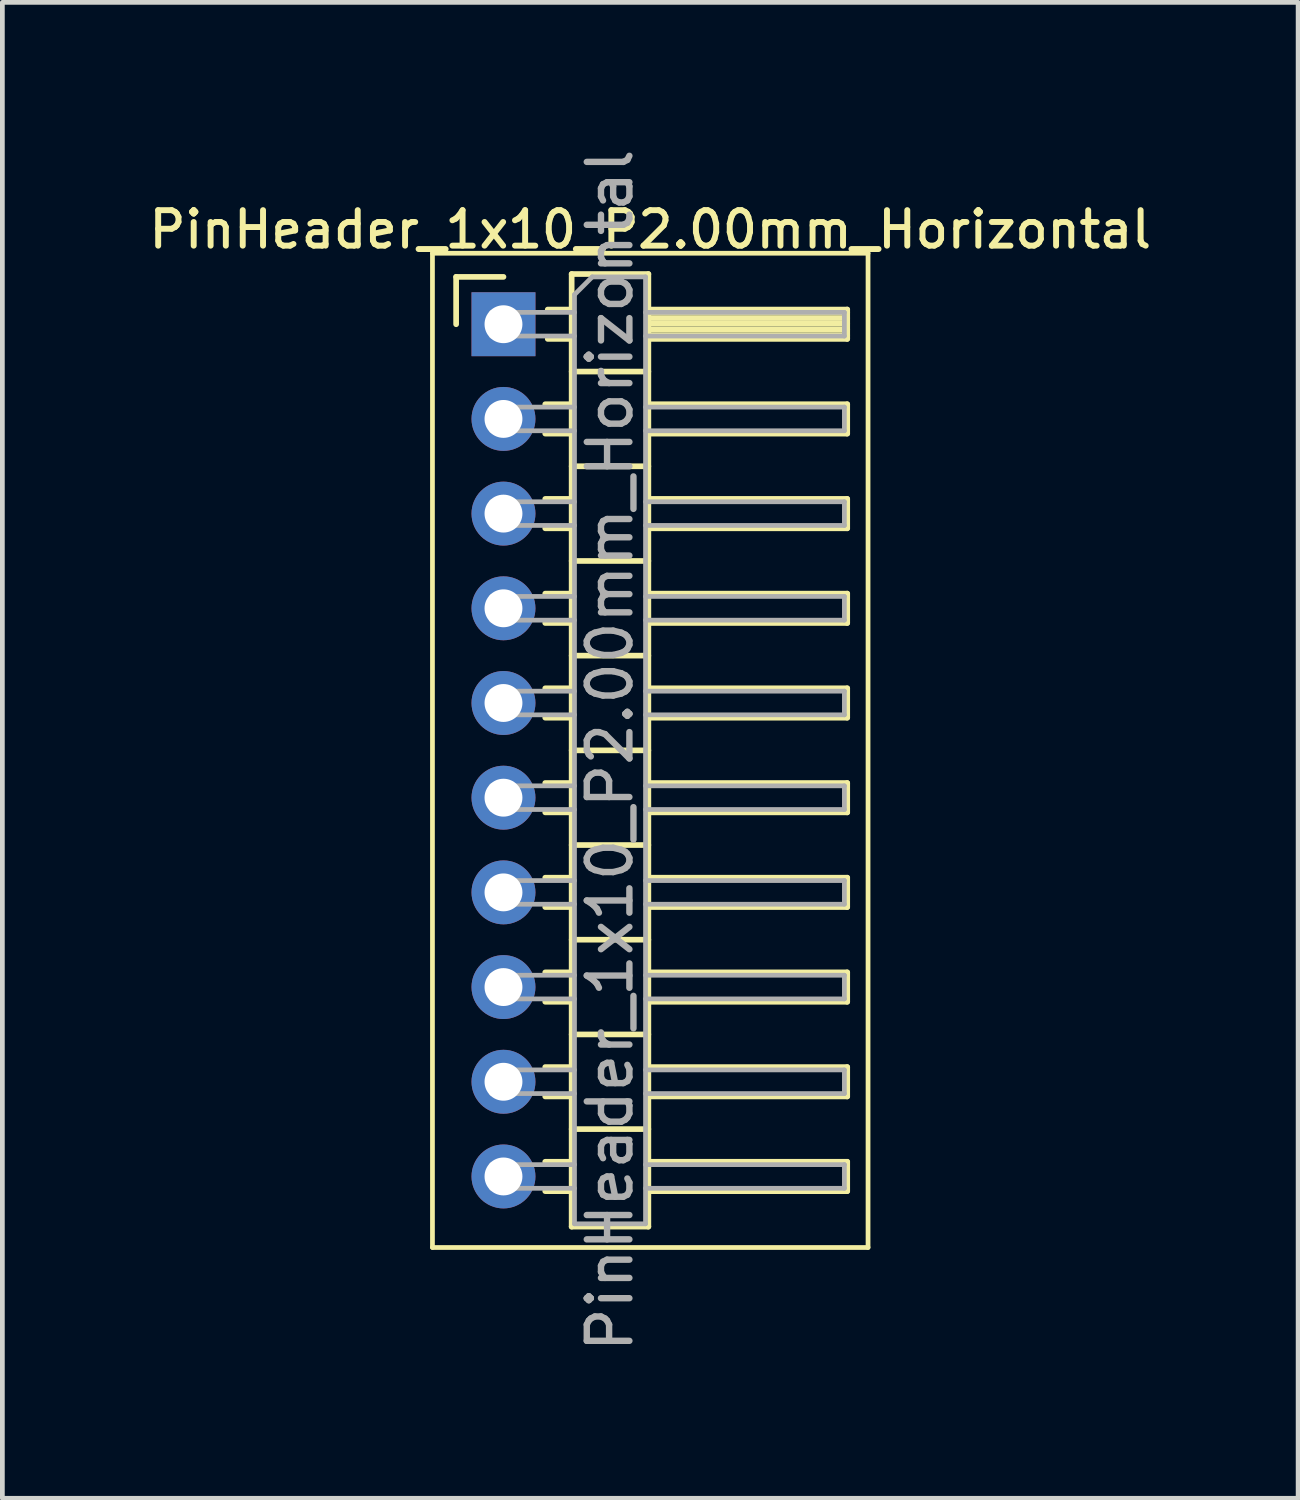
<source format=kicad_pcb>
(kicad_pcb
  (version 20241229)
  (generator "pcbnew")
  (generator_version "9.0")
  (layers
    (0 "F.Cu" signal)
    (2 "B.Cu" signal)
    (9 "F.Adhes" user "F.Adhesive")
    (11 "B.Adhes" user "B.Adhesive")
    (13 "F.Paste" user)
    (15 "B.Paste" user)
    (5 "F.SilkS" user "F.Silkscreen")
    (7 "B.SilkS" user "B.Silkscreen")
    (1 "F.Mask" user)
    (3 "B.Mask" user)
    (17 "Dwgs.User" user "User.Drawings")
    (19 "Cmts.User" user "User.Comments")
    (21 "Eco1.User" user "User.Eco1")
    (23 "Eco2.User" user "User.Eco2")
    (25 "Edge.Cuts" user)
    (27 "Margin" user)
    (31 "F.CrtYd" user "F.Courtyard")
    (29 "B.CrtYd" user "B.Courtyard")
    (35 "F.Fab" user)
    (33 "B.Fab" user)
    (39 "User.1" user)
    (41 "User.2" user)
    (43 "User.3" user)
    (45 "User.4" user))
  (footprint "PinHeader_1x10_P2.00mm_Horizontal"
    (layer "F.Cu")
    (at 7.584 3.798)
    (property "Reference" "PinHeader_1x10_P2.00mm_Horizontal" (at 3.1 -2 0) (layer "F.SilkS") (effects (font (size 0.75 0.75) (thickness 0.125))))
    (attr through_hole)
    (fp_line (start -1.5 -1.5) (end -1.5 19.5) (stroke (width 0.1) (type solid)) (layer "F.SilkS"))
    (fp_line (start -1.5 19.5) (end 7.7 19.5) (stroke (width 0.1) (type solid)) (layer "F.SilkS"))
    (fp_line (start -1 -1) (end 0 -1) (stroke (width 0.12) (type solid)) (layer "F.SilkS"))
    (fp_line (start -1 0) (end -1 -1) (stroke (width 0.12) (type solid)) (layer "F.SilkS"))
    (fp_line (start 0.882 1.69) (end 1.44 1.69) (stroke (width 0.12) (type solid)) (layer "F.SilkS"))
    (fp_line (start 0.882 2.31) (end 1.44 2.31) (stroke (width 0.12) (type solid)) (layer "F.SilkS"))
    (fp_line (start 0.882 3.69) (end 1.44 3.69) (stroke (width 0.12) (type solid)) (layer "F.SilkS"))
    (fp_line (start 0.882 4.31) (end 1.44 4.31) (stroke (width 0.12) (type solid)) (layer "F.SilkS"))
    (fp_line (start 0.882 5.69) (end 1.44 5.69) (stroke (width 0.12) (type solid)) (layer "F.SilkS"))
    (fp_line (start 0.882 6.31) (end 1.44 6.31) (stroke (width 0.12) (type solid)) (layer "F.SilkS"))
    (fp_line (start 0.882 7.69) (end 1.44 7.69) (stroke (width 0.12) (type solid)) (layer "F.SilkS"))
    (fp_line (start 0.882 8.31) (end 1.44 8.31) (stroke (width 0.12) (type solid)) (layer "F.SilkS"))
    (fp_line (start 0.882 9.69) (end 1.44 9.69) (stroke (width 0.12) (type solid)) (layer "F.SilkS"))
    (fp_line (start 0.882 10.31) (end 1.44 10.31) (stroke (width 0.12) (type solid)) (layer "F.SilkS"))
    (fp_line (start 0.882 11.69) (end 1.44 11.69) (stroke (width 0.12) (type solid)) (layer "F.SilkS"))
    (fp_line (start 0.882 12.31) (end 1.44 12.31) (stroke (width 0.12) (type solid)) (layer "F.SilkS"))
    (fp_line (start 0.882 13.69) (end 1.44 13.69) (stroke (width 0.12) (type solid)) (layer "F.SilkS"))
    (fp_line (start 0.882 14.31) (end 1.44 14.31) (stroke (width 0.12) (type solid)) (layer "F.SilkS"))
    (fp_line (start 0.882 15.69) (end 1.44 15.69) (stroke (width 0.12) (type solid)) (layer "F.SilkS"))
    (fp_line (start 0.882 16.31) (end 1.44 16.31) (stroke (width 0.12) (type solid)) (layer "F.SilkS"))
    (fp_line (start 0.882 17.69) (end 1.44 17.69) (stroke (width 0.12) (type solid)) (layer "F.SilkS"))
    (fp_line (start 0.882 18.31) (end 1.44 18.31) (stroke (width 0.12) (type solid)) (layer "F.SilkS"))
    (fp_line (start 0.935 -0.31) (end 1.44 -0.31) (stroke (width 0.12) (type solid)) (layer "F.SilkS"))
    (fp_line (start 0.935 0.31) (end 1.44 0.31) (stroke (width 0.12) (type solid)) (layer "F.SilkS"))
    (fp_line (start 1.44 -1.06) (end 1.44 19.06) (stroke (width 0.12) (type solid)) (layer "F.SilkS"))
    (fp_line (start 1.44 1) (end 3.06 1) (stroke (width 0.12) (type solid)) (layer "F.SilkS"))
    (fp_line (start 1.44 3) (end 3.06 3) (stroke (width 0.12) (type solid)) (layer "F.SilkS"))
    (fp_line (start 1.44 5) (end 3.06 5) (stroke (width 0.12) (type solid)) (layer "F.SilkS"))
    (fp_line (start 1.44 7) (end 3.06 7) (stroke (width 0.12) (type solid)) (layer "F.SilkS"))
    (fp_line (start 1.44 9) (end 3.06 9) (stroke (width 0.12) (type solid)) (layer "F.SilkS"))
    (fp_line (start 1.44 11) (end 3.06 11) (stroke (width 0.12) (type solid)) (layer "F.SilkS"))
    (fp_line (start 1.44 13) (end 3.06 13) (stroke (width 0.12) (type solid)) (layer "F.SilkS"))
    (fp_line (start 1.44 15) (end 3.06 15) (stroke (width 0.12) (type solid)) (layer "F.SilkS"))
    (fp_line (start 1.44 17) (end 3.06 17) (stroke (width 0.12) (type solid)) (layer "F.SilkS"))
    (fp_line (start 1.44 19.06) (end 3.06 19.06) (stroke (width 0.12) (type solid)) (layer "F.SilkS"))
    (fp_line (start 3.06 -1.06) (end 1.44 -1.06) (stroke (width 0.12) (type solid)) (layer "F.SilkS"))
    (fp_line (start 3.06 -0.31) (end 7.26 -0.31) (stroke (width 0.12) (type solid)) (layer "F.SilkS"))
    (fp_line (start 3.06 -0.25) (end 7.26 -0.25) (stroke (width 0.12) (type solid)) (layer "F.SilkS"))
    (fp_line (start 3.06 -0.13) (end 7.26 -0.13) (stroke (width 0.12) (type solid)) (layer "F.SilkS"))
    (fp_line (start 3.06 -0.01) (end 7.26 -0.01) (stroke (width 0.12) (type solid)) (layer "F.SilkS"))
    (fp_line (start 3.06 0.11) (end 7.26 0.11) (stroke (width 0.12) (type solid)) (layer "F.SilkS"))
    (fp_line (start 3.06 0.23) (end 7.26 0.23) (stroke (width 0.12) (type solid)) (layer "F.SilkS"))
    (fp_line (start 3.06 1.69) (end 7.26 1.69) (stroke (width 0.12) (type solid)) (layer "F.SilkS"))
    (fp_line (start 3.06 3.69) (end 7.26 3.69) (stroke (width 0.12) (type solid)) (layer "F.SilkS"))
    (fp_line (start 3.06 5.69) (end 7.26 5.69) (stroke (width 0.12) (type solid)) (layer "F.SilkS"))
    (fp_line (start 3.06 7.69) (end 7.26 7.69) (stroke (width 0.12) (type solid)) (layer "F.SilkS"))
    (fp_line (start 3.06 9.69) (end 7.26 9.69) (stroke (width 0.12) (type solid)) (layer "F.SilkS"))
    (fp_line (start 3.06 11.69) (end 7.26 11.69) (stroke (width 0.12) (type solid)) (layer "F.SilkS"))
    (fp_line (start 3.06 13.69) (end 7.26 13.69) (stroke (width 0.12) (type solid)) (layer "F.SilkS"))
    (fp_line (start 3.06 15.69) (end 7.26 15.69) (stroke (width 0.12) (type solid)) (layer "F.SilkS"))
    (fp_line (start 3.06 17.69) (end 7.26 17.69) (stroke (width 0.12) (type solid)) (layer "F.SilkS"))
    (fp_line (start 3.06 19.06) (end 3.06 -1.06) (stroke (width 0.12) (type solid)) (layer "F.SilkS"))
    (fp_line (start 7.26 -0.31) (end 7.26 0.31) (stroke (width 0.12) (type solid)) (layer "F.SilkS"))
    (fp_line (start 7.26 0.31) (end 3.06 0.31) (stroke (width 0.12) (type solid)) (layer "F.SilkS"))
    (fp_line (start 7.26 1.69) (end 7.26 2.31) (stroke (width 0.12) (type solid)) (layer "F.SilkS"))
    (fp_line (start 7.26 2.31) (end 3.06 2.31) (stroke (width 0.12) (type solid)) (layer "F.SilkS"))
    (fp_line (start 7.26 3.69) (end 7.26 4.31) (stroke (width 0.12) (type solid)) (layer "F.SilkS"))
    (fp_line (start 7.26 4.31) (end 3.06 4.31) (stroke (width 0.12) (type solid)) (layer "F.SilkS"))
    (fp_line (start 7.26 5.69) (end 7.26 6.31) (stroke (width 0.12) (type solid)) (layer "F.SilkS"))
    (fp_line (start 7.26 6.31) (end 3.06 6.31) (stroke (width 0.12) (type solid)) (layer "F.SilkS"))
    (fp_line (start 7.26 7.69) (end 7.26 8.31) (stroke (width 0.12) (type solid)) (layer "F.SilkS"))
    (fp_line (start 7.26 8.31) (end 3.06 8.31) (stroke (width 0.12) (type solid)) (layer "F.SilkS"))
    (fp_line (start 7.26 9.69) (end 7.26 10.31) (stroke (width 0.12) (type solid)) (layer "F.SilkS"))
    (fp_line (start 7.26 10.31) (end 3.06 10.31) (stroke (width 0.12) (type solid)) (layer "F.SilkS"))
    (fp_line (start 7.26 11.69) (end 7.26 12.31) (stroke (width 0.12) (type solid)) (layer "F.SilkS"))
    (fp_line (start 7.26 12.31) (end 3.06 12.31) (stroke (width 0.12) (type solid)) (layer "F.SilkS"))
    (fp_line (start 7.26 13.69) (end 7.26 14.31) (stroke (width 0.12) (type solid)) (layer "F.SilkS"))
    (fp_line (start 7.26 14.31) (end 3.06 14.31) (stroke (width 0.12) (type solid)) (layer "F.SilkS"))
    (fp_line (start 7.26 15.69) (end 7.26 16.31) (stroke (width 0.12) (type solid)) (layer "F.SilkS"))
    (fp_line (start 7.26 16.31) (end 3.06 16.31) (stroke (width 0.12) (type solid)) (layer "F.SilkS"))
    (fp_line (start 7.26 17.69) (end 7.26 18.31) (stroke (width 0.12) (type solid)) (layer "F.SilkS"))
    (fp_line (start 7.26 18.31) (end 3.06 18.31) (stroke (width 0.12) (type solid)) (layer "F.SilkS"))
    (fp_line (start 7.7 -1.5) (end -1.5 -1.5) (stroke (width 0.1) (type solid)) (layer "F.SilkS"))
    (fp_line (start 7.7 19.5) (end 7.7 -1.5) (stroke (width 0.1) (type solid)) (layer "F.SilkS"))
    (fp_line (start -0.25 -0.25) (end -0.25 0.25) (stroke (width 0.1) (type solid)) (layer "F.Fab"))
    (fp_line (start -0.25 -0.25) (end 1.5 -0.25) (stroke (width 0.1) (type solid)) (layer "F.Fab"))
    (fp_line (start -0.25 0.25) (end 1.5 0.25) (stroke (width 0.1) (type solid)) (layer "F.Fab"))
    (fp_line (start -0.25 1.75) (end -0.25 2.25) (stroke (width 0.1) (type solid)) (layer "F.Fab"))
    (fp_line (start -0.25 1.75) (end 1.5 1.75) (stroke (width 0.1) (type solid)) (layer "F.Fab"))
    (fp_line (start -0.25 2.25) (end 1.5 2.25) (stroke (width 0.1) (type solid)) (layer "F.Fab"))
    (fp_line (start -0.25 3.75) (end -0.25 4.25) (stroke (width 0.1) (type solid)) (layer "F.Fab"))
    (fp_line (start -0.25 3.75) (end 1.5 3.75) (stroke (width 0.1) (type solid)) (layer "F.Fab"))
    (fp_line (start -0.25 4.25) (end 1.5 4.25) (stroke (width 0.1) (type solid)) (layer "F.Fab"))
    (fp_line (start -0.25 5.75) (end -0.25 6.25) (stroke (width 0.1) (type solid)) (layer "F.Fab"))
    (fp_line (start -0.25 5.75) (end 1.5 5.75) (stroke (width 0.1) (type solid)) (layer "F.Fab"))
    (fp_line (start -0.25 6.25) (end 1.5 6.25) (stroke (width 0.1) (type solid)) (layer "F.Fab"))
    (fp_line (start -0.25 7.75) (end -0.25 8.25) (stroke (width 0.1) (type solid)) (layer "F.Fab"))
    (fp_line (start -0.25 7.75) (end 1.5 7.75) (stroke (width 0.1) (type solid)) (layer "F.Fab"))
    (fp_line (start -0.25 8.25) (end 1.5 8.25) (stroke (width 0.1) (type solid)) (layer "F.Fab"))
    (fp_line (start -0.25 9.75) (end -0.25 10.25) (stroke (width 0.1) (type solid)) (layer "F.Fab"))
    (fp_line (start -0.25 9.75) (end 1.5 9.75) (stroke (width 0.1) (type solid)) (layer "F.Fab"))
    (fp_line (start -0.25 10.25) (end 1.5 10.25) (stroke (width 0.1) (type solid)) (layer "F.Fab"))
    (fp_line (start -0.25 11.75) (end -0.25 12.25) (stroke (width 0.1) (type solid)) (layer "F.Fab"))
    (fp_line (start -0.25 11.75) (end 1.5 11.75) (stroke (width 0.1) (type solid)) (layer "F.Fab"))
    (fp_line (start -0.25 12.25) (end 1.5 12.25) (stroke (width 0.1) (type solid)) (layer "F.Fab"))
    (fp_line (start -0.25 13.75) (end -0.25 14.25) (stroke (width 0.1) (type solid)) (layer "F.Fab"))
    (fp_line (start -0.25 13.75) (end 1.5 13.75) (stroke (width 0.1) (type solid)) (layer "F.Fab"))
    (fp_line (start -0.25 14.25) (end 1.5 14.25) (stroke (width 0.1) (type solid)) (layer "F.Fab"))
    (fp_line (start -0.25 15.75) (end -0.25 16.25) (stroke (width 0.1) (type solid)) (layer "F.Fab"))
    (fp_line (start -0.25 15.75) (end 1.5 15.75) (stroke (width 0.1) (type solid)) (layer "F.Fab"))
    (fp_line (start -0.25 16.25) (end 1.5 16.25) (stroke (width 0.1) (type solid)) (layer "F.Fab"))
    (fp_line (start -0.25 17.75) (end -0.25 18.25) (stroke (width 0.1) (type solid)) (layer "F.Fab"))
    (fp_line (start -0.25 17.75) (end 1.5 17.75) (stroke (width 0.1) (type solid)) (layer "F.Fab"))
    (fp_line (start -0.25 18.25) (end 1.5 18.25) (stroke (width 0.1) (type solid)) (layer "F.Fab"))
    (fp_line (start 1.5 -0.625) (end 1.875 -1) (stroke (width 0.1) (type solid)) (layer "F.Fab"))
    (fp_line (start 1.5 19) (end 1.5 -0.625) (stroke (width 0.1) (type solid)) (layer "F.Fab"))
    (fp_line (start 1.875 -1) (end 3 -1) (stroke (width 0.1) (type solid)) (layer "F.Fab"))
    (fp_line (start 3 -1) (end 3 19) (stroke (width 0.1) (type solid)) (layer "F.Fab"))
    (fp_line (start 3 -0.25) (end 7.2 -0.25) (stroke (width 0.1) (type solid)) (layer "F.Fab"))
    (fp_line (start 3 0.25) (end 7.2 0.25) (stroke (width 0.1) (type solid)) (layer "F.Fab"))
    (fp_line (start 3 1.75) (end 7.2 1.75) (stroke (width 0.1) (type solid)) (layer "F.Fab"))
    (fp_line (start 3 2.25) (end 7.2 2.25) (stroke (width 0.1) (type solid)) (layer "F.Fab"))
    (fp_line (start 3 3.75) (end 7.2 3.75) (stroke (width 0.1) (type solid)) (layer "F.Fab"))
    (fp_line (start 3 4.25) (end 7.2 4.25) (stroke (width 0.1) (type solid)) (layer "F.Fab"))
    (fp_line (start 3 5.75) (end 7.2 5.75) (stroke (width 0.1) (type solid)) (layer "F.Fab"))
    (fp_line (start 3 6.25) (end 7.2 6.25) (stroke (width 0.1) (type solid)) (layer "F.Fab"))
    (fp_line (start 3 7.75) (end 7.2 7.75) (stroke (width 0.1) (type solid)) (layer "F.Fab"))
    (fp_line (start 3 8.25) (end 7.2 8.25) (stroke (width 0.1) (type solid)) (layer "F.Fab"))
    (fp_line (start 3 9.75) (end 7.2 9.75) (stroke (width 0.1) (type solid)) (layer "F.Fab"))
    (fp_line (start 3 10.25) (end 7.2 10.25) (stroke (width 0.1) (type solid)) (layer "F.Fab"))
    (fp_line (start 3 11.75) (end 7.2 11.75) (stroke (width 0.1) (type solid)) (layer "F.Fab"))
    (fp_line (start 3 12.25) (end 7.2 12.25) (stroke (width 0.1) (type solid)) (layer "F.Fab"))
    (fp_line (start 3 13.75) (end 7.2 13.75) (stroke (width 0.1) (type solid)) (layer "F.Fab"))
    (fp_line (start 3 14.25) (end 7.2 14.25) (stroke (width 0.1) (type solid)) (layer "F.Fab"))
    (fp_line (start 3 15.75) (end 7.2 15.75) (stroke (width 0.1) (type solid)) (layer "F.Fab"))
    (fp_line (start 3 16.25) (end 7.2 16.25) (stroke (width 0.1) (type solid)) (layer "F.Fab"))
    (fp_line (start 3 17.75) (end 7.2 17.75) (stroke (width 0.1) (type solid)) (layer "F.Fab"))
    (fp_line (start 3 18.25) (end 7.2 18.25) (stroke (width 0.1) (type solid)) (layer "F.Fab"))
    (fp_line (start 3 19) (end 1.5 19) (stroke (width 0.1) (type solid)) (layer "F.Fab"))
    (fp_line (start 7.2 -0.25) (end 7.2 0.25) (stroke (width 0.1) (type solid)) (layer "F.Fab"))
    (fp_line (start 7.2 1.75) (end 7.2 2.25) (stroke (width 0.1) (type solid)) (layer "F.Fab"))
    (fp_line (start 7.2 3.75) (end 7.2 4.25) (stroke (width 0.1) (type solid)) (layer "F.Fab"))
    (fp_line (start 7.2 5.75) (end 7.2 6.25) (stroke (width 0.1) (type solid)) (layer "F.Fab"))
    (fp_line (start 7.2 7.75) (end 7.2 8.25) (stroke (width 0.1) (type solid)) (layer "F.Fab"))
    (fp_line (start 7.2 9.75) (end 7.2 10.25) (stroke (width 0.1) (type solid)) (layer "F.Fab"))
    (fp_line (start 7.2 11.75) (end 7.2 12.25) (stroke (width 0.1) (type solid)) (layer "F.Fab"))
    (fp_line (start 7.2 13.75) (end 7.2 14.25) (stroke (width 0.1) (type solid)) (layer "F.Fab"))
    (fp_line (start 7.2 15.75) (end 7.2 16.25) (stroke (width 0.1) (type solid)) (layer "F.Fab"))
    (fp_line (start 7.2 17.75) (end 7.2 18.25) (stroke (width 0.1) (type solid)) (layer "F.Fab"))
    (fp_text user "${REFERENCE}" (at 2.25 9 90) (layer "F.Fab") (effects (font (size 0.9 0.9) (thickness 0.135))))
    (pad "1" thru_hole rect (at 0 0) (size 1.35 1.35) (drill 0.8) (layers "*.Cu" "*.Mask"))
    (pad "2" thru_hole oval (at 0 2) (size 1.35 1.35) (drill 0.8) (layers "*.Cu" "*.Mask"))
    (pad "3" thru_hole oval (at 0 4) (size 1.35 1.35) (drill 0.8) (layers "*.Cu" "*.Mask"))
    (pad "4" thru_hole oval (at 0 6) (size 1.35 1.35) (drill 0.8) (layers "*.Cu" "*.Mask"))
    (pad "5" thru_hole oval (at 0 8) (size 1.35 1.35) (drill 0.8) (layers "*.Cu" "*.Mask"))
    (pad "6" thru_hole oval (at 0 10) (size 1.35 1.35) (drill 0.8) (layers "*.Cu" "*.Mask"))
    (pad "7" thru_hole oval (at 0 12) (size 1.35 1.35) (drill 0.8) (layers "*.Cu" "*.Mask"))
    (pad "8" thru_hole oval (at 0 14) (size 1.35 1.35) (drill 0.8) (layers "*.Cu" "*.Mask"))
    (pad "9" thru_hole oval (at 0 16) (size 1.35 1.35) (drill 0.8) (layers "*.Cu" "*.Mask"))
    (pad "10" thru_hole oval (at 0 18) (size 1.35 1.35) (drill 0.8) (layers "*.Cu" "*.Mask")))
  (gr_rect
    (start -3 -3)
    (end 24.368 28.596)
    (stroke (width 0.1) (type default))
    (fill no)
    (layer "Edge.Cuts")))
</source>
